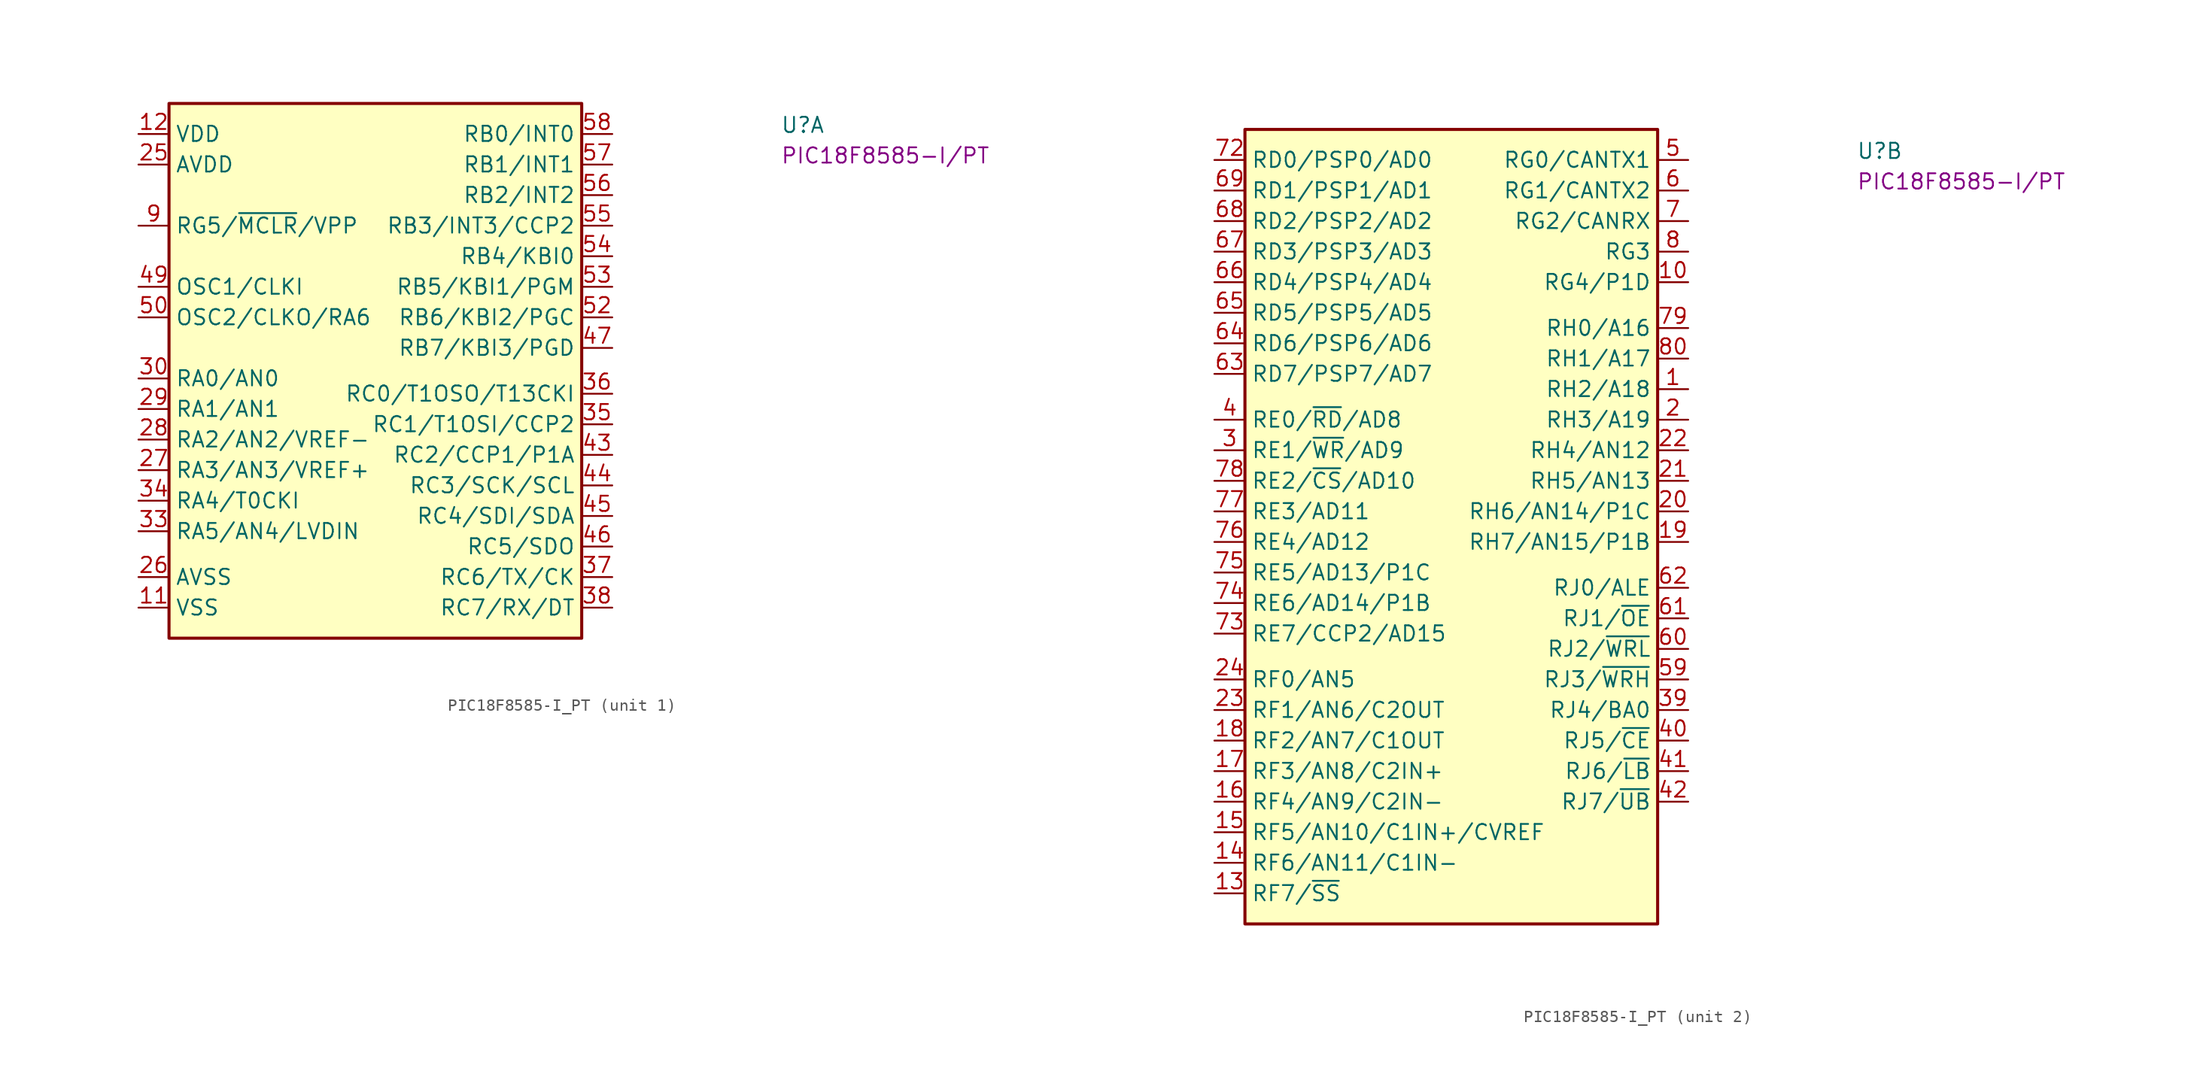
<source format=kicad_sym>
(kicad_symbol_lib
  (version 20220914)
  (generator kicad_symbol_editor)
  (symbol "PIC18F8585-I_PT"
    (property "Reference" "U"
      (at 53.34 0 0)
      (effects (font (size 1.27 1.27) (thickness 0.15)) (justify left bottom)))
    (property "MPN" "PIC18F8585-I/PT"
      (at 53.34 -2.54 0)
      (effects (font (size 1.27 1.27) (thickness 0.15)) (justify left bottom)))
    (property "ki_locked" ""
      (at 0 0 0)
      (effects (font (size 1.27 1.27))))
    (symbol "PIC18F8585-I_PT_1_1"
      (rectangle (start 2.54 2.54) (end 36.83 -41.91) (stroke (width 0.254) (type default)) (fill (type background)))
      (pin power_in line (at 0 -39.37 0) (length 2.54) (name "VSS" (effects (font (size 1.27 1.27)))) (number "11" (effects (font (size 1.27 1.27)))))
      (pin power_in line (at 0 0 0) (length 2.54) (name "VDD" (effects (font (size 1.27 1.27)))) (number "12" (effects (font (size 1.27 1.27)))))
      (pin power_in line (at 0 -2.54 0) (length 2.54) (name "AVDD" (effects (font (size 1.27 1.27)))) (number "25" (effects (font (size 1.27 1.27)))))
      (pin bidirectional line (at 0 -36.83 0) (length 2.54) (name "AVSS" (effects (font (size 1.27 1.27)))) (number "26" (effects (font (size 1.27 1.27)))))
      (pin bidirectional line (at 0 -27.94 0) (length 2.54) (name "RA3/AN3/VREF+" (effects (font (size 1.27 1.27)))) (number "27" (effects (font (size 1.27 1.27)))))
      (pin bidirectional line (at 0 -25.4 0) (length 2.54) (name "RA2/AN2/VREF-" (effects (font (size 1.27 1.27)))) (number "28" (effects (font (size 1.27 1.27)))))
      (pin bidirectional line (at 0 -22.86 0) (length 2.54) (name "RA1/AN1" (effects (font (size 1.27 1.27)))) (number "29" (effects (font (size 1.27 1.27)))))
      (pin bidirectional line (at 0 -20.32 0) (length 2.54) (name "RA0/AN0" (effects (font (size 1.27 1.27)))) (number "30" (effects (font (size 1.27 1.27)))))
      (pin passive line (at 0 -39.37 0) (length 2.54) hide (name "VSS" (effects (font (size 1.27 1.27)))) (number "31" (effects (font (size 1.27 1.27)))))
      (pin passive line (at 0 0 0) (length 2.54) hide (name "VDD" (effects (font (size 1.27 1.27)))) (number "32" (effects (font (size 1.27 1.27)))))
      (pin bidirectional line (at 0 -33.02 0) (length 2.54) (name "RA5/AN4/LVDIN" (effects (font (size 1.27 1.27)))) (number "33" (effects (font (size 1.27 1.27)))))
      (pin bidirectional line (at 0 -30.48 0) (length 2.54) (name "RA4/T0CKI" (effects (font (size 1.27 1.27)))) (number "34" (effects (font (size 1.27 1.27)))))
      (pin bidirectional line (at 39.37 -24.13 180) (length 2.54) (name "RC1/T1OSI/CCP2" (effects (font (size 1.27 1.27)))) (number "35" (effects (font (size 1.27 1.27)))))
      (pin bidirectional line (at 39.37 -21.59 180) (length 2.54) (name "RC0/T1OSO/T13CKI" (effects (font (size 1.27 1.27)))) (number "36" (effects (font (size 1.27 1.27)))))
      (pin bidirectional line (at 39.37 -36.83 180) (length 2.54) (name "RC6/TX/CK" (effects (font (size 1.27 1.27)))) (number "37" (effects (font (size 1.27 1.27)))))
      (pin bidirectional line (at 39.37 -39.37 180) (length 2.54) (name "RC7/RX/DT" (effects (font (size 1.27 1.27)))) (number "38" (effects (font (size 1.27 1.27)))))
      (pin bidirectional line (at 39.37 -26.67 180) (length 2.54) (name "RC2/CCP1/P1A" (effects (font (size 1.27 1.27)))) (number "43" (effects (font (size 1.27 1.27)))))
      (pin bidirectional line (at 39.37 -29.21 180) (length 2.54) (name "RC3/SCK/SCL" (effects (font (size 1.27 1.27)))) (number "44" (effects (font (size 1.27 1.27)))))
      (pin bidirectional line (at 39.37 -31.75 180) (length 2.54) (name "RC4/SDI/SDA" (effects (font (size 1.27 1.27)))) (number "45" (effects (font (size 1.27 1.27)))))
      (pin bidirectional line (at 39.37 -34.29 180) (length 2.54) (name "RC5/SDO" (effects (font (size 1.27 1.27)))) (number "46" (effects (font (size 1.27 1.27)))))
      (pin bidirectional line (at 39.37 -17.78 180) (length 2.54) (name "RB7/KBI3/PGD" (effects (font (size 1.27 1.27)))) (number "47" (effects (font (size 1.27 1.27)))))
      (pin passive line (at 0 0 0) (length 2.54) hide (name "VDD" (effects (font (size 1.27 1.27)))) (number "48" (effects (font (size 1.27 1.27)))))
      (pin input line (at 0 -12.7 0) (length 2.54) (name "OSC1/CLKI" (effects (font (size 1.27 1.27)))) (number "49" (effects (font (size 1.27 1.27)))))
      (pin output line (at 0 -15.24 0) (length 2.54) (name "OSC2/CLKO/RA6" (effects (font (size 1.27 1.27)))) (number "50" (effects (font (size 1.27 1.27)))))
      (pin passive line (at 0 -39.37 0) (length 2.54) hide (name "VSS" (effects (font (size 1.27 1.27)))) (number "51" (effects (font (size 1.27 1.27)))))
      (pin bidirectional line (at 39.37 -15.24 180) (length 2.54) (name "RB6/KBI2/PGC" (effects (font (size 1.27 1.27)))) (number "52" (effects (font (size 1.27 1.27)))))
      (pin bidirectional line (at 39.37 -12.7 180) (length 2.54) (name "RB5/KBI1/PGM" (effects (font (size 1.27 1.27)))) (number "53" (effects (font (size 1.27 1.27)))))
      (pin bidirectional line (at 39.37 -10.16 180) (length 2.54) (name "RB4/KBI0" (effects (font (size 1.27 1.27)))) (number "54" (effects (font (size 1.27 1.27)))))
      (pin bidirectional line (at 39.37 -7.62 180) (length 2.54) (name "RB3/INT3/CCP2" (effects (font (size 1.27 1.27)))) (number "55" (effects (font (size 1.27 1.27)))))
      (pin bidirectional line (at 39.37 -5.08 180) (length 2.54) (name "RB2/INT2" (effects (font (size 1.27 1.27)))) (number "56" (effects (font (size 1.27 1.27)))))
      (pin bidirectional line (at 39.37 -2.54 180) (length 2.54) (name "RB1/INT1" (effects (font (size 1.27 1.27)))) (number "57" (effects (font (size 1.27 1.27)))))
      (pin bidirectional line (at 39.37 0 180) (length 2.54) (name "RB0/INT0" (effects (font (size 1.27 1.27)))) (number "58" (effects (font (size 1.27 1.27)))))
      (pin passive line (at 0 -39.37 0) (length 2.54) hide (name "VSS" (effects (font (size 1.27 1.27)))) (number "70" (effects (font (size 1.27 1.27)))))
      (pin passive line (at 0 0 0) (length 2.54) hide (name "VDD" (effects (font (size 1.27 1.27)))) (number "71" (effects (font (size 1.27 1.27)))))
      (pin input line (at 0 -7.62 0) (length 2.54) (name "RG5/~{MCLR}/VPP" (effects (font (size 1.27 1.27)))) (number "9" (effects (font (size 1.27 1.27))))))
    (symbol "PIC18F8585-I_PT_2_1"
      (rectangle (start 2.54 2.54) (end 36.83 -63.5) (stroke (width 0.254) (type default)) (fill (type background)))
      (pin bidirectional line (at 39.37 -19.05 180) (length 2.54) (name "RH2/A18" (effects (font (size 1.27 1.27)))) (number "1" (effects (font (size 1.27 1.27)))))
      (pin bidirectional line (at 39.37 -10.16 180) (length 2.54) (name "RG4/P1D" (effects (font (size 1.27 1.27)))) (number "10" (effects (font (size 1.27 1.27)))))
      (pin bidirectional line (at 0 -60.96 0) (length 2.54) (name "RF7/~{SS}" (effects (font (size 1.27 1.27)))) (number "13" (effects (font (size 1.27 1.27)))))
      (pin bidirectional line (at 0 -58.42 0) (length 2.54) (name "RF6/AN11/C1IN-" (effects (font (size 1.27 1.27)))) (number "14" (effects (font (size 1.27 1.27)))))
      (pin bidirectional line (at 0 -55.88 0) (length 2.54) (name "RF5/AN10/C1IN+/CVREF" (effects (font (size 1.27 1.27)))) (number "15" (effects (font (size 1.27 1.27)))))
      (pin bidirectional line (at 0 -53.34 0) (length 2.54) (name "RF4/AN9/C2IN-" (effects (font (size 1.27 1.27)))) (number "16" (effects (font (size 1.27 1.27)))))
      (pin bidirectional line (at 0 -50.8 0) (length 2.54) (name "RF3/AN8/C2IN+" (effects (font (size 1.27 1.27)))) (number "17" (effects (font (size 1.27 1.27)))))
      (pin bidirectional line (at 0 -48.26 0) (length 2.54) (name "RF2/AN7/C1OUT" (effects (font (size 1.27 1.27)))) (number "18" (effects (font (size 1.27 1.27)))))
      (pin bidirectional line (at 39.37 -31.75 180) (length 2.54) (name "RH7/AN15/P1B" (effects (font (size 1.27 1.27)))) (number "19" (effects (font (size 1.27 1.27)))))
      (pin bidirectional line (at 39.37 -21.59 180) (length 2.54) (name "RH3/A19" (effects (font (size 1.27 1.27)))) (number "2" (effects (font (size 1.27 1.27)))))
      (pin bidirectional line (at 39.37 -29.21 180) (length 2.54) (name "RH6/AN14/P1C" (effects (font (size 1.27 1.27)))) (number "20" (effects (font (size 1.27 1.27)))))
      (pin bidirectional line (at 39.37 -26.67 180) (length 2.54) (name "RH5/AN13" (effects (font (size 1.27 1.27)))) (number "21" (effects (font (size 1.27 1.27)))))
      (pin bidirectional line (at 39.37 -24.13 180) (length 2.54) (name "RH4/AN12" (effects (font (size 1.27 1.27)))) (number "22" (effects (font (size 1.27 1.27)))))
      (pin bidirectional line (at 0 -45.72 0) (length 2.54) (name "RF1/AN6/C2OUT" (effects (font (size 1.27 1.27)))) (number "23" (effects (font (size 1.27 1.27)))))
      (pin bidirectional line (at 0 -43.18 0) (length 2.54) (name "RF0/AN5" (effects (font (size 1.27 1.27)))) (number "24" (effects (font (size 1.27 1.27)))))
      (pin bidirectional line (at 0 -24.13 0) (length 2.54) (name "RE1/~{WR}/AD9" (effects (font (size 1.27 1.27)))) (number "3" (effects (font (size 1.27 1.27)))))
      (pin bidirectional line (at 39.37 -45.72 180) (length 2.54) (name "RJ4/BA0" (effects (font (size 1.27 1.27)))) (number "39" (effects (font (size 1.27 1.27)))))
      (pin bidirectional line (at 0 -21.59 0) (length 2.54) (name "RE0/~{RD}/AD8" (effects (font (size 1.27 1.27)))) (number "4" (effects (font (size 1.27 1.27)))))
      (pin bidirectional line (at 39.37 -48.26 180) (length 2.54) (name "RJ5/~{CE}" (effects (font (size 1.27 1.27)))) (number "40" (effects (font (size 1.27 1.27)))))
      (pin bidirectional line (at 39.37 -50.8 180) (length 2.54) (name "RJ6/~{LB}" (effects (font (size 1.27 1.27)))) (number "41" (effects (font (size 1.27 1.27)))))
      (pin bidirectional line (at 39.37 -53.34 180) (length 2.54) (name "RJ7/~{UB}" (effects (font (size 1.27 1.27)))) (number "42" (effects (font (size 1.27 1.27)))))
      (pin bidirectional line (at 39.37 0 180) (length 2.54) (name "RG0/CANTX1" (effects (font (size 1.27 1.27)))) (number "5" (effects (font (size 1.27 1.27)))))
      (pin bidirectional line (at 39.37 -43.18 180) (length 2.54) (name "RJ3/~{WRH}" (effects (font (size 1.27 1.27)))) (number "59" (effects (font (size 1.27 1.27)))))
      (pin bidirectional line (at 39.37 -2.54 180) (length 2.54) (name "RG1/CANTX2" (effects (font (size 1.27 1.27)))) (number "6" (effects (font (size 1.27 1.27)))))
      (pin bidirectional line (at 39.37 -40.64 180) (length 2.54) (name "RJ2/~{WRL}" (effects (font (size 1.27 1.27)))) (number "60" (effects (font (size 1.27 1.27)))))
      (pin bidirectional line (at 39.37 -38.1 180) (length 2.54) (name "RJ1/~{OE}" (effects (font (size 1.27 1.27)))) (number "61" (effects (font (size 1.27 1.27)))))
      (pin bidirectional line (at 39.37 -35.56 180) (length 2.54) (name "RJ0/ALE" (effects (font (size 1.27 1.27)))) (number "62" (effects (font (size 1.27 1.27)))))
      (pin bidirectional line (at 0 -17.78 0) (length 2.54) (name "RD7/PSP7/AD7" (effects (font (size 1.27 1.27)))) (number "63" (effects (font (size 1.27 1.27)))))
      (pin bidirectional line (at 0 -15.24 0) (length 2.54) (name "RD6/PSP6/AD6" (effects (font (size 1.27 1.27)))) (number "64" (effects (font (size 1.27 1.27)))))
      (pin bidirectional line (at 0 -12.7 0) (length 2.54) (name "RD5/PSP5/AD5" (effects (font (size 1.27 1.27)))) (number "65" (effects (font (size 1.27 1.27)))))
      (pin bidirectional line (at 0 -10.16 0) (length 2.54) (name "RD4/PSP4/AD4" (effects (font (size 1.27 1.27)))) (number "66" (effects (font (size 1.27 1.27)))))
      (pin bidirectional line (at 0 -7.62 0) (length 2.54) (name "RD3/PSP3/AD3" (effects (font (size 1.27 1.27)))) (number "67" (effects (font (size 1.27 1.27)))))
      (pin bidirectional line (at 0 -5.08 0) (length 2.54) (name "RD2/PSP2/AD2" (effects (font (size 1.27 1.27)))) (number "68" (effects (font (size 1.27 1.27)))))
      (pin bidirectional line (at 0 -2.54 0) (length 2.54) (name "RD1/PSP1/AD1" (effects (font (size 1.27 1.27)))) (number "69" (effects (font (size 1.27 1.27)))))
      (pin bidirectional line (at 39.37 -5.08 180) (length 2.54) (name "RG2/CANRX" (effects (font (size 1.27 1.27)))) (number "7" (effects (font (size 1.27 1.27)))))
      (pin bidirectional line (at 0 0 0) (length 2.54) (name "RD0/PSP0/AD0" (effects (font (size 1.27 1.27)))) (number "72" (effects (font (size 1.27 1.27)))))
      (pin bidirectional line (at 0 -39.37 0) (length 2.54) (name "RE7/CCP2/AD15" (effects (font (size 1.27 1.27)))) (number "73" (effects (font (size 1.27 1.27)))))
      (pin bidirectional line (at 0 -36.83 0) (length 2.54) (name "RE6/AD14/P1B" (effects (font (size 1.27 1.27)))) (number "74" (effects (font (size 1.27 1.27)))))
      (pin bidirectional line (at 0 -34.29 0) (length 2.54) (name "RE5/AD13/P1C" (effects (font (size 1.27 1.27)))) (number "75" (effects (font (size 1.27 1.27)))))
      (pin bidirectional line (at 0 -31.75 0) (length 2.54) (name "RE4/AD12" (effects (font (size 1.27 1.27)))) (number "76" (effects (font (size 1.27 1.27)))))
      (pin bidirectional line (at 0 -29.21 0) (length 2.54) (name "RE3/AD11" (effects (font (size 1.27 1.27)))) (number "77" (effects (font (size 1.27 1.27)))))
      (pin bidirectional line (at 0 -26.67 0) (length 2.54) (name "RE2/~{CS}/AD10" (effects (font (size 1.27 1.27)))) (number "78" (effects (font (size 1.27 1.27)))))
      (pin bidirectional line (at 39.37 -13.97 180) (length 2.54) (name "RH0/A16" (effects (font (size 1.27 1.27)))) (number "79" (effects (font (size 1.27 1.27)))))
      (pin bidirectional line (at 39.37 -7.62 180) (length 2.54) (name "RG3" (effects (font (size 1.27 1.27)))) (number "8" (effects (font (size 1.27 1.27)))))
      (pin bidirectional line (at 39.37 -16.51 180) (length 2.54) (name "RH1/A17" (effects (font (size 1.27 1.27)))) (number "80" (effects (font (size 1.27 1.27))))))))
</source>
